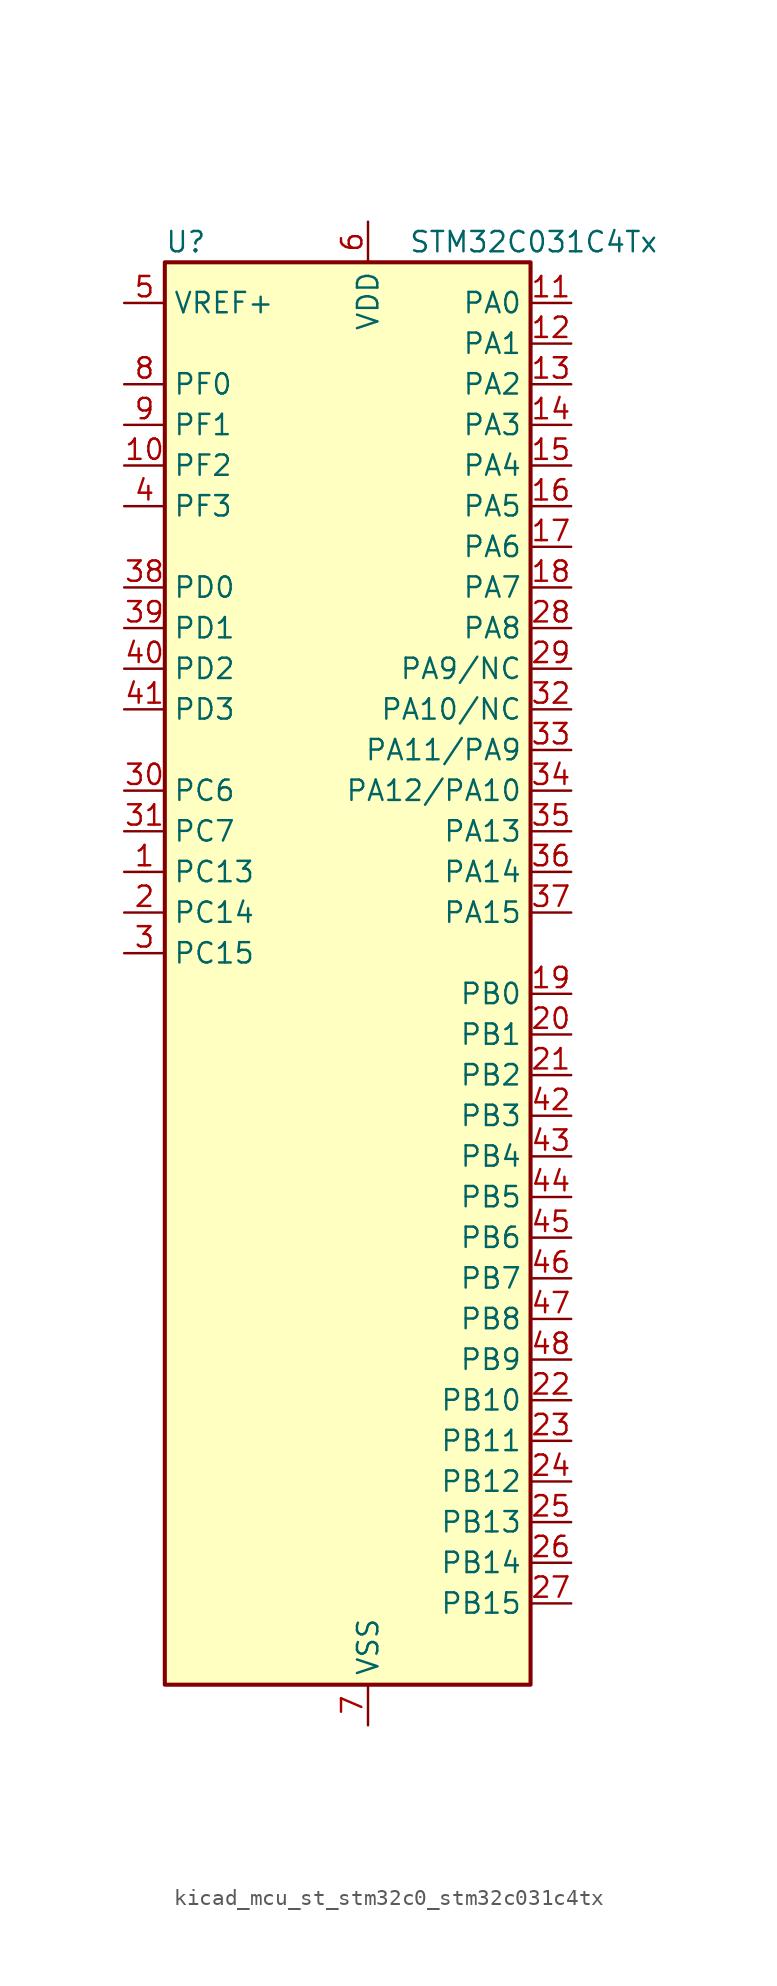
<source format=kicad_sym>
(kicad_symbol_lib
  (version 20220914)
  (generator kicad_symbol_editor)
  (symbol "kicad_mcu_st_stm32c0_stm32c031c4tx"
    (property "Reference" "U"
      (at -10.16 46.99 0)
      (effects (font (size 1.27 1.27)) (justify left)))
    (property "Value" "STM32C031C4Tx"
      (at 5.08 46.99 0)
      (effects (font (size 1.27 1.27)) (justify left)))
    (property "ki_locked" ""
      (at 0 0 0)
      (effects (font (size 1.27 1.27))))
    (symbol "kicad_mcu_st_stm32c0_stm32c031c4tx_0_1"
      (rectangle (start -10.16 -43.18) (end 12.7 45.72) (stroke (width 0.254) (type default)) (fill (type background))))
    (symbol "kicad_mcu_st_stm32c0_stm32c031c4tx_1_1"
      (pin bidirectional line (at -12.7 7.62 0) (length 2.54) (name "PC13" (effects (font (size 1.27 1.27)))) (number "1" (effects (font (size 1.27 1.27)))) (alternate "PWR_WKUP2" bidirectional line) (alternate "RTC_OUT1" bidirectional line) (alternate "RTC_TS" bidirectional line) (alternate "TIM1_BKIN" bidirectional line) (alternate "TIM1_ETR" bidirectional line))
      (pin bidirectional line (at -12.7 33.02 0) (length 2.54) (name "PF2" (effects (font (size 1.27 1.27)))) (number "10" (effects (font (size 1.27 1.27)))) (alternate "RCC_MCO" bidirectional line) (alternate "TIM1_CH4" bidirectional line))
      (pin bidirectional line (at 15.24 43.18 180) (length 2.54) (name "PA0" (effects (font (size 1.27 1.27)))) (number "11" (effects (font (size 1.27 1.27)))) (alternate "ADC1_IN0" bidirectional line) (alternate "PWR_WKUP1" bidirectional line) (alternate "TIM16_CH1" bidirectional line) (alternate "TIM1_CH1" bidirectional line) (alternate "USART1_TX" bidirectional line) (alternate "USART2_CTS" bidirectional line) (alternate "USART2_NSS" bidirectional line))
      (pin bidirectional line (at 15.24 40.64 180) (length 2.54) (name "PA1" (effects (font (size 1.27 1.27)))) (number "12" (effects (font (size 1.27 1.27)))) (alternate "ADC1_IN1" bidirectional line) (alternate "I2C1_SMBA" bidirectional line) (alternate "I2S1_CK" bidirectional line) (alternate "SPI1_SCK" bidirectional line) (alternate "TIM17_CH1" bidirectional line) (alternate "TIM1_CH2" bidirectional line) (alternate "USART1_RX" bidirectional line) (alternate "USART2_CK" bidirectional line) (alternate "USART2_DE" bidirectional line) (alternate "USART2_RTS" bidirectional line))
      (pin bidirectional line (at 15.24 38.1 180) (length 2.54) (name "PA2" (effects (font (size 1.27 1.27)))) (number "13" (effects (font (size 1.27 1.27)))) (alternate "ADC1_IN2" bidirectional line) (alternate "I2S1_SD" bidirectional line) (alternate "PWR_WKUP4" bidirectional line) (alternate "RCC_LSCO" bidirectional line) (alternate "SPI1_MOSI" bidirectional line) (alternate "TIM16_CH1N" bidirectional line) (alternate "TIM1_CH3" bidirectional line) (alternate "TIM3_ETR" bidirectional line) (alternate "USART2_TX" bidirectional line))
      (pin bidirectional line (at 15.24 35.56 180) (length 2.54) (name "PA3" (effects (font (size 1.27 1.27)))) (number "14" (effects (font (size 1.27 1.27)))) (alternate "ADC1_IN3" bidirectional line) (alternate "TIM1_CH1N" bidirectional line) (alternate "TIM1_CH4" bidirectional line) (alternate "USART2_RX" bidirectional line))
      (pin bidirectional line (at 15.24 33.02 180) (length 2.54) (name "PA4" (effects (font (size 1.27 1.27)))) (number "15" (effects (font (size 1.27 1.27)))) (alternate "ADC1_IN4" bidirectional line) (alternate "I2S1_WS" bidirectional line) (alternate "RTC_OUT2" bidirectional line) (alternate "SPI1_NSS" bidirectional line) (alternate "TIM14_CH1" bidirectional line) (alternate "TIM17_CH1N" bidirectional line) (alternate "TIM1_CH2N" bidirectional line) (alternate "USART2_TX" bidirectional line))
      (pin bidirectional line (at 15.24 30.48 180) (length 2.54) (name "PA5" (effects (font (size 1.27 1.27)))) (number "16" (effects (font (size 1.27 1.27)))) (alternate "ADC1_IN5" bidirectional line) (alternate "I2S1_CK" bidirectional line) (alternate "SPI1_SCK" bidirectional line) (alternate "TIM1_CH1" bidirectional line) (alternate "TIM1_CH3N" bidirectional line) (alternate "USART2_RX" bidirectional line))
      (pin bidirectional line (at 15.24 27.94 180) (length 2.54) (name "PA6" (effects (font (size 1.27 1.27)))) (number "17" (effects (font (size 1.27 1.27)))) (alternate "ADC1_IN6" bidirectional line) (alternate "I2S1_MCK" bidirectional line) (alternate "SPI1_MISO" bidirectional line) (alternate "TIM16_CH1" bidirectional line) (alternate "TIM1_BKIN" bidirectional line) (alternate "TIM3_CH1" bidirectional line))
      (pin bidirectional line (at 15.24 25.4 180) (length 2.54) (name "PA7" (effects (font (size 1.27 1.27)))) (number "18" (effects (font (size 1.27 1.27)))) (alternate "ADC1_IN7" bidirectional line) (alternate "I2S1_SD" bidirectional line) (alternate "SPI1_MOSI" bidirectional line) (alternate "TIM14_CH1" bidirectional line) (alternate "TIM17_CH1" bidirectional line) (alternate "TIM1_CH1N" bidirectional line) (alternate "TIM3_CH2" bidirectional line))
      (pin bidirectional line (at 15.24 0 180) (length 2.54) (name "PB0" (effects (font (size 1.27 1.27)))) (number "19" (effects (font (size 1.27 1.27)))) (alternate "ADC1_IN17" bidirectional line) (alternate "I2S1_WS" bidirectional line) (alternate "SPI1_NSS" bidirectional line) (alternate "TIM1_CH2N" bidirectional line) (alternate "TIM3_CH3" bidirectional line))
      (pin bidirectional line (at -12.7 5.08 0) (length 2.54) (name "PC14" (effects (font (size 1.27 1.27)))) (number "2" (effects (font (size 1.27 1.27)))) (alternate "I2C1_SDA" bidirectional line) (alternate "IR_OUT" bidirectional line) (alternate "RCC_OSCX_IN" bidirectional line) (alternate "TIM17_CH1" bidirectional line) (alternate "TIM1_BKIN2" bidirectional line) (alternate "TIM1_ETR" bidirectional line) (alternate "TIM3_CH2" bidirectional line) (alternate "USART1_TX" bidirectional line) (alternate "USART2_CK" bidirectional line) (alternate "USART2_DE" bidirectional line) (alternate "USART2_RTS" bidirectional line))
      (pin bidirectional line (at 15.24 -2.54 180) (length 2.54) (name "PB1" (effects (font (size 1.27 1.27)))) (number "20" (effects (font (size 1.27 1.27)))) (alternate "ADC1_IN18" bidirectional line) (alternate "TIM14_CH1" bidirectional line) (alternate "TIM1_CH2N" bidirectional line) (alternate "TIM1_CH3N" bidirectional line) (alternate "TIM3_CH4" bidirectional line))
      (pin bidirectional line (at 15.24 -5.08 180) (length 2.54) (name "PB2" (effects (font (size 1.27 1.27)))) (number "21" (effects (font (size 1.27 1.27)))) (alternate "ADC1_IN19" bidirectional line) (alternate "RCC_MCO_2" bidirectional line) (alternate "USART1_RX" bidirectional line))
      (pin bidirectional line (at 15.24 -25.4 180) (length 2.54) (name "PB10" (effects (font (size 1.27 1.27)))) (number "22" (effects (font (size 1.27 1.27)))) (alternate "ADC1_IN20" bidirectional line))
      (pin bidirectional line (at 15.24 -27.94 180) (length 2.54) (name "PB11" (effects (font (size 1.27 1.27)))) (number "23" (effects (font (size 1.27 1.27)))) (alternate "ADC1_EXTI11" bidirectional line) (alternate "ADC1_IN21" bidirectional line))
      (pin bidirectional line (at 15.24 -30.48 180) (length 2.54) (name "PB12" (effects (font (size 1.27 1.27)))) (number "24" (effects (font (size 1.27 1.27)))) (alternate "ADC1_IN22" bidirectional line) (alternate "TIM1_BKIN" bidirectional line) (alternate "TIM1_BKIN2" bidirectional line))
      (pin bidirectional line (at 15.24 -33.02 180) (length 2.54) (name "PB13" (effects (font (size 1.27 1.27)))) (number "25" (effects (font (size 1.27 1.27)))) (alternate "TIM1_CH1N" bidirectional line))
      (pin bidirectional line (at 15.24 -35.56 180) (length 2.54) (name "PB14" (effects (font (size 1.27 1.27)))) (number "26" (effects (font (size 1.27 1.27)))) (alternate "TIM1_CH2N" bidirectional line))
      (pin bidirectional line (at 15.24 -38.1 180) (length 2.54) (name "PB15" (effects (font (size 1.27 1.27)))) (number "27" (effects (font (size 1.27 1.27)))) (alternate "RTC_REFIN" bidirectional line) (alternate "TIM1_CH3N" bidirectional line))
      (pin bidirectional line (at 15.24 22.86 180) (length 2.54) (name "PA8" (effects (font (size 1.27 1.27)))) (number "28" (effects (font (size 1.27 1.27)))) (alternate "ADC1_IN8" bidirectional line) (alternate "I2S1_WS" bidirectional line) (alternate "RCC_MCO" bidirectional line) (alternate "RCC_MCO_2" bidirectional line) (alternate "SPI1_NSS" bidirectional line) (alternate "TIM14_CH1" bidirectional line) (alternate "TIM1_CH1" bidirectional line) (alternate "TIM1_CH2N" bidirectional line) (alternate "TIM1_CH3N" bidirectional line) (alternate "TIM3_CH3" bidirectional line) (alternate "TIM3_CH4" bidirectional line) (alternate "USART1_RX" bidirectional line) (alternate "USART2_TX" bidirectional line))
      (pin bidirectional line (at 15.24 20.32 180) (length 2.54) (name "PA9/NC" (effects (font (size 1.27 1.27)))) (number "29" (effects (font (size 1.27 1.27)))) (alternate "I2C1_SCL" bidirectional line) (alternate "RCC_MCO" bidirectional line) (alternate "TIM1_CH2" bidirectional line) (alternate "TIM3_ETR" bidirectional line) (alternate "USART1_TX" bidirectional line))
      (pin bidirectional line (at -12.7 2.54 0) (length 2.54) (name "PC15" (effects (font (size 1.27 1.27)))) (number "3" (effects (font (size 1.27 1.27)))) (alternate "RCC_OSC32_EN" bidirectional line) (alternate "RCC_OSCX_OUT" bidirectional line) (alternate "RCC_OSC_EN" bidirectional line) (alternate "TIM1_ETR" bidirectional line) (alternate "TIM3_CH3" bidirectional line))
      (pin bidirectional line (at -12.7 12.7 0) (length 2.54) (name "PC6" (effects (font (size 1.27 1.27)))) (number "30" (effects (font (size 1.27 1.27)))) (alternate "TIM3_CH1" bidirectional line))
      (pin bidirectional line (at -12.7 10.16 0) (length 2.54) (name "PC7" (effects (font (size 1.27 1.27)))) (number "31" (effects (font (size 1.27 1.27)))) (alternate "TIM3_CH2" bidirectional line))
      (pin bidirectional line (at 15.24 17.78 180) (length 2.54) (name "PA10/NC" (effects (font (size 1.27 1.27)))) (number "32" (effects (font (size 1.27 1.27)))) (alternate "I2C1_SDA" bidirectional line) (alternate "RCC_MCO_2" bidirectional line) (alternate "TIM17_BKIN" bidirectional line) (alternate "TIM1_CH3" bidirectional line) (alternate "USART1_RX" bidirectional line))
      (pin bidirectional line (at 15.24 15.24 180) (length 2.54) (name "PA11/PA9" (effects (font (size 1.27 1.27)))) (number "33" (effects (font (size 1.27 1.27)))) (alternate "ADC1_EXTI11" bidirectional line) (alternate "ADC1_IN11" bidirectional line) (alternate "I2S1_MCK" bidirectional line) (alternate "SPI1_MISO" bidirectional line) (alternate "TIM1_BKIN2" bidirectional line) (alternate "TIM1_CH4" bidirectional line) (alternate "USART1_CTS" bidirectional line) (alternate "USART1_NSS" bidirectional line))
      (pin bidirectional line (at 15.24 12.7 180) (length 2.54) (name "PA12/PA10" (effects (font (size 1.27 1.27)))) (number "34" (effects (font (size 1.27 1.27)))) (alternate "ADC1_IN12" bidirectional line) (alternate "I2S1_SD" bidirectional line) (alternate "I2S_CKIN" bidirectional line) (alternate "SPI1_MOSI" bidirectional line) (alternate "TIM1_ETR" bidirectional line) (alternate "USART1_CK" bidirectional line) (alternate "USART1_DE" bidirectional line) (alternate "USART1_RTS" bidirectional line))
      (pin bidirectional line (at 15.24 10.16 180) (length 2.54) (name "PA13" (effects (font (size 1.27 1.27)))) (number "35" (effects (font (size 1.27 1.27)))) (alternate "ADC1_IN13" bidirectional line) (alternate "DEBUG_SWDIO" bidirectional line) (alternate "IR_OUT" bidirectional line) (alternate "TIM3_ETR" bidirectional line) (alternate "USART2_RX" bidirectional line))
      (pin bidirectional line (at 15.24 7.62 180) (length 2.54) (name "PA14" (effects (font (size 1.27 1.27)))) (number "36" (effects (font (size 1.27 1.27)))) (alternate "ADC1_IN14" bidirectional line) (alternate "DEBUG_SWCLK" bidirectional line) (alternate "I2S1_WS" bidirectional line) (alternate "RCC_MCO_2" bidirectional line) (alternate "SPI1_NSS" bidirectional line) (alternate "TIM1_CH1" bidirectional line) (alternate "USART1_CK" bidirectional line) (alternate "USART1_DE" bidirectional line) (alternate "USART1_RTS" bidirectional line) (alternate "USART2_RX" bidirectional line) (alternate "USART2_TX" bidirectional line))
      (pin bidirectional line (at 15.24 5.08 180) (length 2.54) (name "PA15" (effects (font (size 1.27 1.27)))) (number "37" (effects (font (size 1.27 1.27)))) (alternate "I2S1_WS" bidirectional line) (alternate "RCC_MCO_2" bidirectional line) (alternate "SPI1_NSS" bidirectional line) (alternate "TIM1_CH1" bidirectional line) (alternate "USART1_CK" bidirectional line) (alternate "USART1_DE" bidirectional line) (alternate "USART1_RTS" bidirectional line) (alternate "USART2_RX" bidirectional line))
      (pin bidirectional line (at -12.7 25.4 0) (length 2.54) (name "PD0" (effects (font (size 1.27 1.27)))) (number "38" (effects (font (size 1.27 1.27)))) (alternate "TIM16_CH1" bidirectional line))
      (pin bidirectional line (at -12.7 22.86 0) (length 2.54) (name "PD1" (effects (font (size 1.27 1.27)))) (number "39" (effects (font (size 1.27 1.27)))) (alternate "TIM17_CH1" bidirectional line))
      (pin bidirectional line (at -12.7 30.48 0) (length 2.54) (name "PF3" (effects (font (size 1.27 1.27)))) (number "4" (effects (font (size 1.27 1.27)))))
      (pin bidirectional line (at -12.7 20.32 0) (length 2.54) (name "PD2" (effects (font (size 1.27 1.27)))) (number "40" (effects (font (size 1.27 1.27)))) (alternate "TIM1_CH1N" bidirectional line) (alternate "TIM3_ETR" bidirectional line))
      (pin bidirectional line (at -12.7 17.78 0) (length 2.54) (name "PD3" (effects (font (size 1.27 1.27)))) (number "41" (effects (font (size 1.27 1.27)))) (alternate "TIM1_CH2N" bidirectional line) (alternate "USART2_CTS" bidirectional line) (alternate "USART2_NSS" bidirectional line))
      (pin bidirectional line (at 15.24 -7.62 180) (length 2.54) (name "PB3" (effects (font (size 1.27 1.27)))) (number "42" (effects (font (size 1.27 1.27)))) (alternate "I2S1_CK" bidirectional line) (alternate "SPI1_SCK" bidirectional line) (alternate "TIM1_CH2" bidirectional line) (alternate "TIM3_CH2" bidirectional line) (alternate "USART1_CK" bidirectional line) (alternate "USART1_DE" bidirectional line) (alternate "USART1_RTS" bidirectional line))
      (pin bidirectional line (at 15.24 -10.16 180) (length 2.54) (name "PB4" (effects (font (size 1.27 1.27)))) (number "43" (effects (font (size 1.27 1.27)))) (alternate "I2S1_MCK" bidirectional line) (alternate "SPI1_MISO" bidirectional line) (alternate "TIM17_BKIN" bidirectional line) (alternate "TIM3_CH1" bidirectional line) (alternate "USART1_CTS" bidirectional line) (alternate "USART1_NSS" bidirectional line))
      (pin bidirectional line (at 15.24 -12.7 180) (length 2.54) (name "PB5" (effects (font (size 1.27 1.27)))) (number "44" (effects (font (size 1.27 1.27)))) (alternate "I2C1_SMBA" bidirectional line) (alternate "I2S1_SD" bidirectional line) (alternate "PWR_WKUP6" bidirectional line) (alternate "SPI1_MOSI" bidirectional line) (alternate "TIM16_BKIN" bidirectional line) (alternate "TIM3_CH2" bidirectional line) (alternate "TIM3_CH3" bidirectional line))
      (pin bidirectional line (at 15.24 -15.24 180) (length 2.54) (name "PB6" (effects (font (size 1.27 1.27)))) (number "45" (effects (font (size 1.27 1.27)))) (alternate "I2C1_SCL" bidirectional line) (alternate "I2C1_SMBA" bidirectional line) (alternate "I2S1_CK" bidirectional line) (alternate "I2S1_MCK" bidirectional line) (alternate "I2S1_SD" bidirectional line) (alternate "PWR_WKUP3" bidirectional line) (alternate "SPI1_MISO" bidirectional line) (alternate "SPI1_MOSI" bidirectional line) (alternate "SPI1_SCK" bidirectional line) (alternate "TIM16_BKIN" bidirectional line) (alternate "TIM16_CH1N" bidirectional line) (alternate "TIM17_BKIN" bidirectional line) (alternate "TIM1_CH2" bidirectional line) (alternate "TIM1_CH3" bidirectional line) (alternate "TIM3_CH1" bidirectional line) (alternate "TIM3_CH2" bidirectional line) (alternate "TIM3_CH3" bidirectional line) (alternate "USART1_CK" bidirectional line) (alternate "USART1_CTS" bidirectional line) (alternate "USART1_DE" bidirectional line) (alternate "USART1_NSS" bidirectional line) (alternate "USART1_RTS" bidirectional line) (alternate "USART1_TX" bidirectional line))
      (pin bidirectional line (at 15.24 -17.78 180) (length 2.54) (name "PB7" (effects (font (size 1.27 1.27)))) (number "46" (effects (font (size 1.27 1.27)))) (alternate "I2C1_SCL" bidirectional line) (alternate "I2C1_SDA" bidirectional line) (alternate "TIM16_CH1" bidirectional line) (alternate "TIM17_CH1N" bidirectional line) (alternate "TIM1_CH4" bidirectional line) (alternate "TIM3_CH1" bidirectional line) (alternate "TIM3_CH4" bidirectional line) (alternate "USART1_RX" bidirectional line) (alternate "USART2_CTS" bidirectional line) (alternate "USART2_NSS" bidirectional line))
      (pin bidirectional line (at 15.24 -20.32 180) (length 2.54) (name "PB8" (effects (font (size 1.27 1.27)))) (number "47" (effects (font (size 1.27 1.27)))) (alternate "I2C1_SCL" bidirectional line) (alternate "TIM16_CH1" bidirectional line) (alternate "TIM3_CH1" bidirectional line) (alternate "USART2_CTS" bidirectional line) (alternate "USART2_NSS" bidirectional line))
      (pin bidirectional line (at 15.24 -22.86 180) (length 2.54) (name "PB9" (effects (font (size 1.27 1.27)))) (number "48" (effects (font (size 1.27 1.27)))) (alternate "I2C1_SDA" bidirectional line) (alternate "IR_OUT" bidirectional line) (alternate "TIM17_CH1" bidirectional line) (alternate "TIM3_CH2" bidirectional line) (alternate "USART2_CK" bidirectional line) (alternate "USART2_DE" bidirectional line) (alternate "USART2_RTS" bidirectional line))
      (pin input line (at -12.7 43.18 0) (length 2.54) (name "VREF+" (effects (font (size 1.27 1.27)))) (number "5" (effects (font (size 1.27 1.27)))))
      (pin power_in line (at 2.54 48.26 270) (length 2.54) (name "VDD" (effects (font (size 1.27 1.27)))) (number "6" (effects (font (size 1.27 1.27)))))
      (pin power_in line (at 2.54 -45.72 90) (length 2.54) (name "VSS" (effects (font (size 1.27 1.27)))) (number "7" (effects (font (size 1.27 1.27)))))
      (pin bidirectional line (at -12.7 38.1 0) (length 2.54) (name "PF0" (effects (font (size 1.27 1.27)))) (number "8" (effects (font (size 1.27 1.27)))) (alternate "RCC_OSC_IN" bidirectional line) (alternate "TIM14_CH1" bidirectional line))
      (pin bidirectional line (at -12.7 35.56 0) (length 2.54) (name "PF1" (effects (font (size 1.27 1.27)))) (number "9" (effects (font (size 1.27 1.27)))) (alternate "RCC_OSC_EN" bidirectional line) (alternate "RCC_OSC_OUT" bidirectional line)))))
</source>
